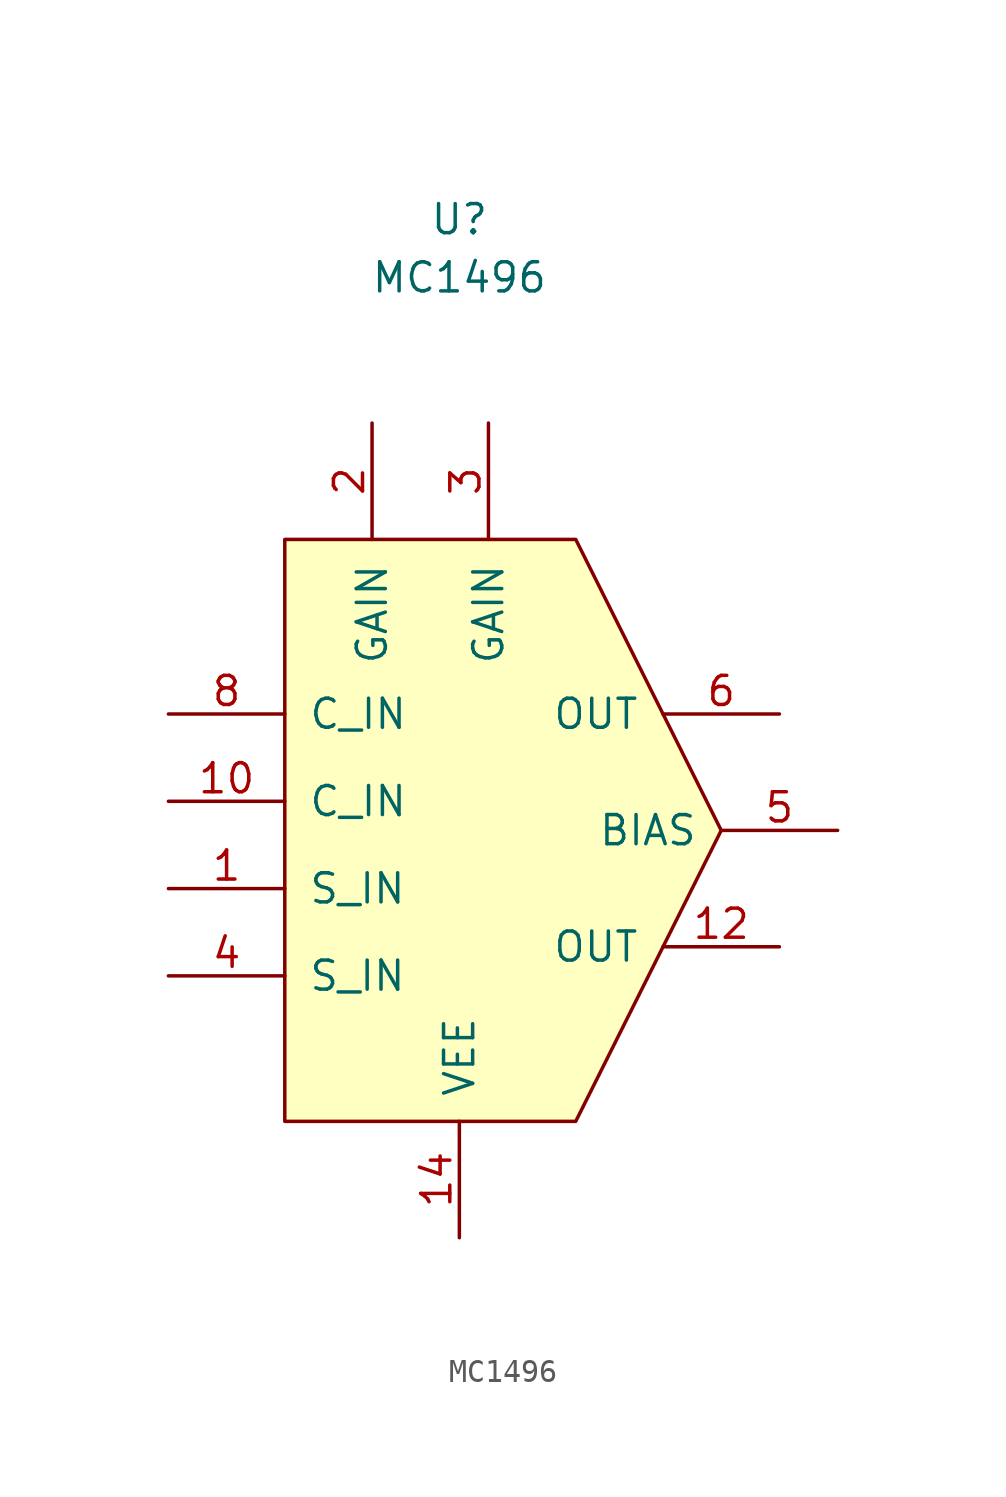
<source format=kicad_sym>
(kicad_symbol_lib
  (version 20201005)
  (generator kicad_symbol_editor)
  (symbol "MC1496:MC1496"
    (pin_names
      (offset 1.016))
    (property "Reference" "U"
      (at 0 22.86 0)
      (effects (font (size 1.27 1.27))))
    (property "Value" "MC1496"
      (at 0 20.32 0)
      (effects (font (size 1.27 1.27))))
    (symbol "MC1496_0_0"
      (pin input line (at -12.7 -6.35 0) (length 5.08) (name "S_IN" (effects (font (size 1.27 1.27)))) (number "1" (effects (font (size 1.27 1.27)))))
      (pin input line (at -12.7 -2.54 0) (length 5.08) (name "C_IN" (effects (font (size 1.27 1.27)))) (number "10" (effects (font (size 1.27 1.27)))))
      (pin no_connect line (at 10.16 -16.51 180) (length 5.08) hide (name "NC" (effects (font (size 1.27 1.27)))) (number "11" (effects (font (size 1.27 1.27)))))
      (pin output line (at 13.97 -8.89 180) (length 5.08) (name "OUT" (effects (font (size 1.27 1.27)))) (number "12" (effects (font (size 1.27 1.27)))))
      (pin no_connect line (at 10.16 -16.51 180) (length 5.08) hide (name "NC" (effects (font (size 1.27 1.27)))) (number "13" (effects (font (size 1.27 1.27)))))
      (pin power_in line (at 0 -21.59 90) (length 5.08) (name "VEE" (effects (font (size 1.27 1.27)))) (number "14" (effects (font (size 1.27 1.27)))))
      (pin input line (at -3.81 13.97 270) (length 5.08) (name "GAIN" (effects (font (size 1.27 1.27)))) (number "2" (effects (font (size 1.27 1.27)))))
      (pin input line (at 1.27 13.97 270) (length 5.08) (name "GAIN" (effects (font (size 1.27 1.27)))) (number "3" (effects (font (size 1.27 1.27)))))
      (pin input line (at -12.7 -10.16 0) (length 5.08) (name "S_IN" (effects (font (size 1.27 1.27)))) (number "4" (effects (font (size 1.27 1.27)))))
      (pin input line (at 16.51 -3.81 180) (length 5.08) (name "BIAS" (effects (font (size 1.27 1.27)))) (number "5" (effects (font (size 1.27 1.27)))))
      (pin open_collector line (at 13.97 1.27 180) (length 5.08) (name "OUT" (effects (font (size 1.27 1.27)))) (number "6" (effects (font (size 1.27 1.27)))))
      (pin no_connect line (at 10.16 -16.51 180) (length 5.08) hide (name "NC" (effects (font (size 1.27 1.27)))) (number "7" (effects (font (size 1.27 1.27)))))
      (pin input line (at -12.7 1.27 0) (length 5.08) (name "C_IN" (effects (font (size 1.27 1.27)))) (number "8" (effects (font (size 1.27 1.27)))))
      (pin no_connect line (at 10.16 -16.51 180) (length 5.08) hide (name "NC" (effects (font (size 1.27 1.27)))) (number "9" (effects (font (size 1.27 1.27))))))
    (symbol "MC1496_0_1"
      (polyline (pts (xy -7.62 8.89) (xy 5.08 8.89) (xy 11.43 -3.81) (xy 5.08 -16.51) (xy -7.62 -16.51) (xy -7.62 8.89)) (stroke (width 0)) (fill (type background))))))
</source>
